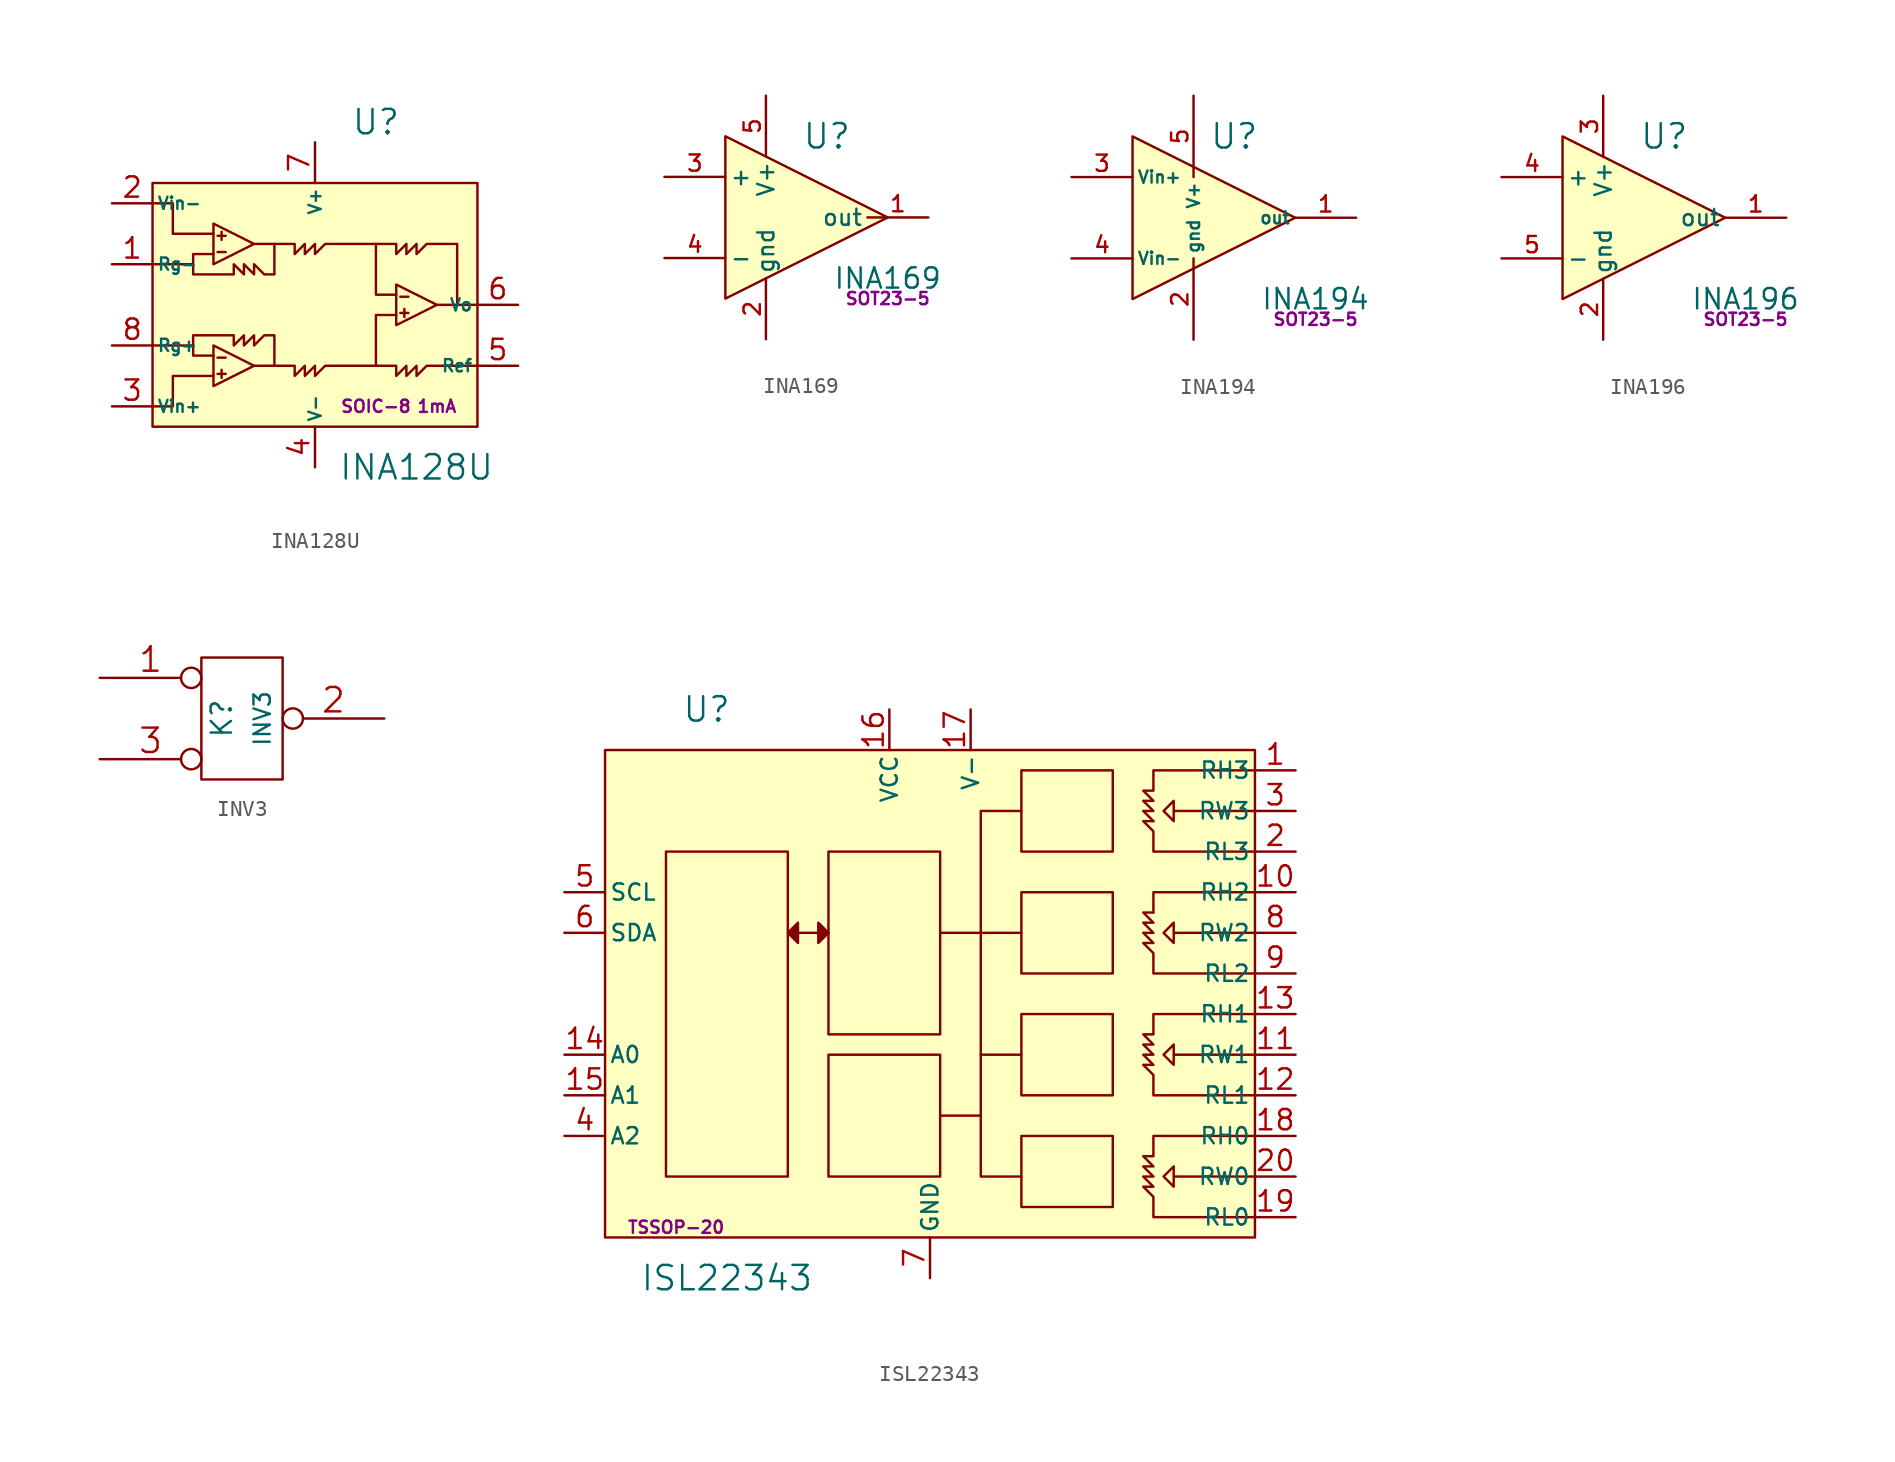
<source format=kicad_sym>
(kicad_symbol_lib
  (version 20220914)
  (generator kicad_symbol_editor)
  (symbol "INA128U"
    (pin_names
      (offset 0.254))
    (property "Reference" "U"
      (at 3.81 11.43 0)
      (effects (font (size 1.524 1.524))))
    (property "Value" "INA128U"
      (at 6.35 -10.16 0)
      (effects (font (size 1.524 1.524))))
    (property "Footprint" "SOIC-8"
      (at 3.81 -6.35 0)
      (effects (font (size 0.762 0.762))))
    (property "Datasheet" ""
      (at 0 0 0)
      (effects (font (size 1.524 1.524))))
    (property "Consumo" "1mA"
      (at 7.62 -6.35 0)
      (effects (font (size 0.762 0.762))))
    (symbol "INA128U_0_1"
      (rectangle (start -10.16 7.62) (end 10.16 -7.62) (stroke (width 0) (type default)) (fill (type background)))
      (polyline (pts (xy -10.16 -2.54) (xy -7.62 -2.54)) (stroke (width 0) (type default)) (fill (type none)))
      (polyline (pts (xy -10.16 2.54) (xy -7.62 2.54)) (stroke (width 0) (type default)) (fill (type none)))
      (polyline (pts (xy -6.096 -4.318) (xy -5.588 -4.318)) (stroke (width 0) (type default)) (fill (type none)))
      (polyline (pts (xy -6.096 -3.302) (xy -5.588 -3.302)) (stroke (width 0) (type default)) (fill (type none)))
      (polyline (pts (xy -6.096 3.302) (xy -5.588 3.302)) (stroke (width 0) (type default)) (fill (type none)))
      (polyline (pts (xy -6.096 4.318) (xy -5.588 4.318)) (stroke (width 0) (type default)) (fill (type none)))
      (polyline (pts (xy -5.842 -4.064) (xy -5.842 -4.572)) (stroke (width 0) (type default)) (fill (type none)))
      (polyline (pts (xy -5.842 4.572) (xy -5.842 4.064)) (stroke (width 0) (type default)) (fill (type none)))
      (polyline (pts (xy 5.334 -0.508) (xy 5.842 -0.508)) (stroke (width 0) (type default)) (fill (type none)))
      (polyline (pts (xy 5.334 0.508) (xy 5.842 0.508)) (stroke (width 0) (type default)) (fill (type none)))
      (polyline (pts (xy 5.588 -0.254) (xy 5.588 -0.762)) (stroke (width 0) (type default)) (fill (type none)))
      (polyline (pts (xy 8.89 0) (xy 10.16 0)) (stroke (width 0) (type default)) (fill (type none)))
      (polyline (pts (xy -6.35 -4.445) (xy -8.89 -4.445) (xy -8.89 -6.35) (xy -10.16 -6.35)) (stroke (width 0) (type default)) (fill (type none)))
      (polyline (pts (xy -6.35 -2.54) (xy -6.35 -5.08) (xy -3.81 -3.81) (xy -6.35 -2.54)) (stroke (width 0) (type default)) (fill (type none)))
      (polyline (pts (xy -6.35 4.445) (xy -8.89 4.445) (xy -8.89 6.35) (xy -10.16 6.35)) (stroke (width 0) (type default)) (fill (type none)))
      (polyline (pts (xy -6.35 5.08) (xy -6.35 2.54) (xy -3.81 3.81) (xy -6.35 5.08)) (stroke (width 0) (type default)) (fill (type none)))
      (polyline (pts (xy 5.08 1.27) (xy 5.08 -1.27) (xy 7.62 0) (xy 5.08 1.27)) (stroke (width 0) (type default)) (fill (type none)))
      (polyline (pts (xy 3.81 -3.81) (xy 5.08 -3.81) (xy 5.08 -4.445) (xy 5.715 -3.81) (xy 5.715 -4.445) (xy 6.35 -3.81) (xy 6.35 -4.445) (xy 6.985 -3.81) (xy 10.16 -3.81)) (stroke (width 0) (type default)) (fill (type none)))
      (polyline (pts (xy -2.54 3.81) (xy -1.27 3.81) (xy -1.27 3.175) (xy -0.635 3.81) (xy -0.635 3.175) (xy 0 3.81) (xy 0 3.175) (xy 0.635 3.81) (xy 3.81 3.81) (xy 3.81 0.635) (xy 5.08 0.635)) (stroke (width 0) (type default)) (fill (type none)))
      (polyline (pts (xy 3.81 3.81) (xy 5.08 3.81) (xy 5.08 3.175) (xy 5.715 3.81) (xy 5.715 3.175) (xy 6.35 3.81) (xy 6.35 3.175) (xy 6.985 3.81) (xy 8.89 3.81) (xy 8.89 0) (xy 7.62 0)) (stroke (width 0) (type default)) (fill (type none)))
      (polyline (pts (xy 5.08 -0.635) (xy 3.81 -0.635) (xy 3.81 -3.81) (xy 0.635 -3.81) (xy 0 -4.445) (xy 0 -3.81) (xy -0.635 -4.445) (xy -0.635 -3.81) (xy -1.27 -4.445) (xy -1.27 -3.81) (xy -2.54 -3.81)) (stroke (width 0) (type default)) (fill (type none)))
      (polyline (pts (xy -6.35 -3.175) (xy -7.62 -3.175) (xy -7.62 -1.905) (xy -5.08 -1.905) (xy -5.08 -2.54) (xy -4.445 -1.905) (xy -4.445 -2.54) (xy -3.81 -1.905) (xy -3.81 -2.54) (xy -3.175 -1.905) (xy -2.54 -1.905) (xy -2.54 -3.81) (xy -3.81 -3.81)) (stroke (width 0) (type default)) (fill (type none)))
      (polyline (pts (xy -6.35 3.175) (xy -7.62 3.175) (xy -7.62 1.905) (xy -5.08 1.905) (xy -5.08 2.54) (xy -4.445 1.905) (xy -4.445 2.54) (xy -3.81 1.905) (xy -3.81 2.54) (xy -3.175 1.905) (xy -2.54 1.905) (xy -2.54 3.81) (xy -3.81 3.81)) (stroke (width 0) (type default)) (fill (type none))))
    (symbol "INA128U_1_1"
      (pin input line (at -12.7 2.54 0) (length 2.54) (name "Rg-" (effects (font (size 0.762 0.762)))) (number "1" (effects (font (size 1.27 1.27)))))
      (pin input line (at -12.7 6.35 0) (length 2.54) (name "Vin-" (effects (font (size 0.762 0.762)))) (number "2" (effects (font (size 1.27 1.27)))))
      (pin input line (at -12.7 -6.35 0) (length 2.54) (name "Vin+" (effects (font (size 0.762 0.762)))) (number "3" (effects (font (size 1.27 1.27)))))
      (pin input line (at 0 -10.16 90) (length 2.54) (name "V-" (effects (font (size 0.762 0.762)))) (number "4" (effects (font (size 1.27 1.27)))))
      (pin input line (at 12.7 -3.81 180) (length 2.54) (name "Ref" (effects (font (size 0.762 0.762)))) (number "5" (effects (font (size 1.27 1.27)))))
      (pin input line (at 12.7 0 180) (length 2.54) (name "Vo" (effects (font (size 0.762 0.762)))) (number "6" (effects (font (size 1.27 1.27)))))
      (pin input line (at 0 10.16 270) (length 2.54) (name "V+" (effects (font (size 0.762 0.762)))) (number "7" (effects (font (size 1.27 1.27)))))
      (pin input line (at -12.7 -2.54 0) (length 2.54) (name "Rg+" (effects (font (size 0.762 0.762)))) (number "8" (effects (font (size 1.27 1.27)))))))
  (symbol "INA169"
    (pin_names
      (offset 0.254))
    (property "Reference" "U"
      (at 3.81 5.08 0)
      (effects (font (size 1.524 1.524))))
    (property "Value" "INA169"
      (at 7.62 -3.81 0)
      (effects (font (size 1.27 1.27))))
    (property "Footprint" "SOT23-5"
      (at 7.62 -5.08 0)
      (effects (font (size 0.762 0.762))))
    (property "Datasheet" ""
      (at 0 0 0)
      (effects (font (size 1.524 1.524))))
    (symbol "INA169_0_1"
      (polyline (pts (xy -2.54 5.08) (xy 7.62 0) (xy -2.54 -5.08) (xy -2.54 5.08)) (stroke (width 0.152) (type default)) (fill (type background)))
      (pin power_in line (at 0 -7.62 90) (length 3.81) (name "gnd" (effects (font (size 1.016 1.016)))) (number "2" (effects (font (size 1.016 1.016)))))
      (pin power_in line (at 0 7.62 270) (length 3.81) (name "V+" (effects (font (size 1.016 1.016)))) (number "5" (effects (font (size 1.016 1.016))))))
    (symbol "INA169_1_1"
      (pin output line (at 10.16 0 180) (length 3.81) (name "out" (effects (font (size 1.016 1.016)))) (number "1" (effects (font (size 1.016 1.016)))))
      (pin input line (at -6.35 2.54 0) (length 3.81) (name "+" (effects (font (size 1.016 1.016)))) (number "3" (effects (font (size 1.016 1.016)))))
      (pin input line (at -6.35 -2.54 0) (length 3.81) (name "-" (effects (font (size 1.016 1.016)))) (number "4" (effects (font (size 1.016 1.016)))))))
  (symbol "INA194"
    (pin_names
      (offset 0.254))
    (property "Reference" "U"
      (at 2.54 5.08 0)
      (effects (font (size 1.524 1.524))))
    (property "Value" "INA194"
      (at 7.62 -5.08 0)
      (effects (font (size 1.27 1.27))))
    (property "Footprint" "SOT23-5"
      (at 7.62 -6.35 0)
      (effects (font (size 0.762 0.762))))
    (property "Datasheet" ""
      (at -1.27 0 0)
      (effects (font (size 1.524 1.524))))
    (symbol "INA194_0_1"
      (polyline (pts (xy -3.81 5.08) (xy 6.35 0) (xy -3.81 -5.08) (xy -3.81 5.08)) (stroke (width 0.152) (type default)) (fill (type background)))
      (pin power_in line (at 0 -7.62 90) (length 5.08) (name "gnd" (effects (font (size 0.762 0.762)))) (number "2" (effects (font (size 1.016 1.016)))))
      (pin power_in line (at 0 7.62 270) (length 5.08) (name "V+" (effects (font (size 0.762 0.762)))) (number "5" (effects (font (size 1.016 1.016))))))
    (symbol "INA194_1_1"
      (pin output line (at 10.16 0 180) (length 3.81) (name "out" (effects (font (size 0.762 0.762)))) (number "1" (effects (font (size 1.016 1.016)))))
      (pin input line (at -7.62 2.54 0) (length 3.81) (name "Vin+" (effects (font (size 0.762 0.762)))) (number "3" (effects (font (size 1.016 1.016)))))
      (pin input line (at -7.62 -2.54 0) (length 3.81) (name "Vin-" (effects (font (size 0.762 0.762)))) (number "4" (effects (font (size 1.016 1.016)))))))
  (symbol "INA196"
    (pin_names
      (offset 0.254))
    (property "Reference" "U"
      (at 3.81 5.08 0)
      (effects (font (size 1.524 1.524))))
    (property "Value" "INA196"
      (at 8.89 -5.08 0)
      (effects (font (size 1.27 1.27))))
    (property "Footprint" "SOT23-5"
      (at 8.89 -6.35 0)
      (effects (font (size 0.762 0.762))))
    (property "Datasheet" ""
      (at 0 0 0)
      (effects (font (size 1.524 1.524))))
    (symbol "INA196_0_1"
      (polyline (pts (xy -2.54 5.08) (xy 7.62 0) (xy -2.54 -5.08) (xy -2.54 5.08)) (stroke (width 0.152) (type default)) (fill (type background)))
      (pin power_in line (at 0 -7.62 90) (length 3.81) (name "gnd" (effects (font (size 1.016 1.016)))) (number "2" (effects (font (size 1.016 1.016)))))
      (pin power_in line (at 0 7.62 270) (length 3.81) (name "V+" (effects (font (size 1.016 1.016)))) (number "3" (effects (font (size 1.016 1.016))))))
    (symbol "INA196_1_1"
      (pin output line (at 11.43 0 180) (length 3.81) (name "out" (effects (font (size 1.016 1.016)))) (number "1" (effects (font (size 1.016 1.016)))))
      (pin input line (at -6.35 2.54 0) (length 3.81) (name "+" (effects (font (size 1.016 1.016)))) (number "4" (effects (font (size 1.016 1.016)))))
      (pin input line (at -6.35 -2.54 0) (length 3.81) (name "-" (effects (font (size 1.016 1.016)))) (number "5" (effects (font (size 1.016 1.016)))))))
  (symbol "INV3"
    (pin_names
      (offset 1.016) hide)
    (property "Reference" "K"
      (at -1.27 0 90)
      (effects (font (size 1.27 1.27))))
    (property "Value" "INV3"
      (at 1.27 0 90)
      (effects (font (size 1.016 1.016))))
    (property "Footprint" ""
      (at 0 0 0)
      (effects (font (size 1.524 1.524))))
    (property "Datasheet" ""
      (at 0 0 0)
      (effects (font (size 1.524 1.524))))
    (symbol "INV3_0_1"
      (rectangle (start -2.54 3.81) (end 2.54 -3.81) (stroke (width 0) (type default)) (fill (type none))))
    (symbol "INV3_1_1"
      (pin passive inverted (at -8.89 2.54 0) (length 6.35) (name "P1" (effects (font (size 1.524 1.524)))) (number "1" (effects (font (size 1.524 1.524)))))
      (pin passive inverted (at 8.89 0 180) (length 6.35) (name "PM" (effects (font (size 1.524 1.524)))) (number "2" (effects (font (size 1.524 1.524)))))
      (pin passive inverted (at -8.89 -2.54 0) (length 6.35) (name "P3" (effects (font (size 1.524 1.524)))) (number "3" (effects (font (size 1.524 1.524)))))))
  (symbol "ISL22343"
    (pin_names
      (offset 0.254))
    (property "Reference" "U"
      (at -13.97 17.78 0)
      (effects (font (size 1.524 1.524))))
    (property "Value" "ISL22343"
      (at -12.7 -17.78 0)
      (effects (font (size 1.524 1.524))))
    (property "Footprint" "TSSOP-20"
      (at -15.875 -14.605 0)
      (effects (font (size 0.762 0.762))))
    (property "Datasheet" ""
      (at 0 0 0)
      (effects (font (size 1.524 1.524))))
    (symbol "ISL22343_0_1"
      (rectangle (start -16.51 8.89) (end -8.89 -11.43) (stroke (width 0) (type default)) (fill (type none)))
      (rectangle (start -6.35 -3.81) (end 0.635 -11.43) (stroke (width 0) (type default)) (fill (type none)))
      (rectangle (start -6.35 8.89) (end 0.635 -2.54) (stroke (width 0) (type default)) (fill (type none)))
      (polyline (pts (xy 3.175 -7.62) (xy 0.635 -7.62)) (stroke (width 0) (type default)) (fill (type none)))
      (polyline (pts (xy 3.175 3.81) (xy 0.635 3.81)) (stroke (width 0) (type default)) (fill (type none)))
      (polyline (pts (xy 3.175 3.81) (xy 3.175 -3.81) (xy 5.715 -3.81)) (stroke (width 0) (type default)) (fill (type none)))
      (polyline (pts (xy 20.32 6.35) (xy 13.97 6.35) (xy 13.97 5.08)) (stroke (width 0) (type default)) (fill (type none)))
      (polyline (pts (xy -6.35 3.81) (xy -6.985 4.445) (xy -6.985 3.175) (xy -6.35 3.81)) (stroke (width 0) (type default)) (fill (type outline)))
      (polyline (pts (xy 3.175 -3.81) (xy 3.175 -10.795) (xy 3.175 -11.43) (xy 5.715 -11.43)) (stroke (width 0) (type default)) (fill (type none)))
      (polyline (pts (xy 5.715 11.43) (xy 3.175 11.43) (xy 3.175 3.81) (xy 5.715 3.81)) (stroke (width 0) (type default)) (fill (type none)))
      (polyline (pts (xy 20.32 8.89) (xy 13.97 8.89) (xy 13.97 10.16) (xy 13.335 10.795) (xy 13.97 10.795)) (stroke (width 0) (type default)) (fill (type none)))
      (polyline (pts (xy -8.89 3.81) (xy -6.35 3.81) (xy -8.89 3.81) (xy -8.255 4.445) (xy -8.255 3.175) (xy -8.89 3.81)) (stroke (width 0) (type default)) (fill (type outline)))
      (polyline (pts (xy 20.32 -11.43) (xy 15.24 -11.43) (xy 15.24 -10.795) (xy 14.605 -11.43) (xy 15.24 -12.065) (xy 15.24 -11.43)) (stroke (width 0) (type default)) (fill (type none)))
      (polyline (pts (xy 20.32 -3.81) (xy 15.24 -3.81) (xy 15.24 -3.175) (xy 14.605 -3.81) (xy 15.24 -4.445) (xy 15.24 -3.81)) (stroke (width 0) (type default)) (fill (type none)))
      (polyline (pts (xy 20.32 3.81) (xy 15.24 3.81) (xy 15.24 4.445) (xy 14.605 3.81) (xy 15.24 3.175) (xy 15.24 3.81)) (stroke (width 0) (type default)) (fill (type none)))
      (polyline (pts (xy 20.32 11.43) (xy 15.24 11.43) (xy 15.24 12.065) (xy 14.605 11.43) (xy 15.24 10.795) (xy 15.24 11.43)) (stroke (width 0) (type default)) (fill (type none)))
      (polyline (pts (xy 20.32 13.97) (xy 13.97 13.97) (xy 13.97 12.7) (xy 13.335 12.7) (xy 13.97 12.065) (xy 13.335 12.065) (xy 13.97 11.43) (xy 13.335 11.43) (xy 13.97 10.795)) (stroke (width 0) (type default)) (fill (type none)))
      (polyline (pts (xy 13.97 5.08) (xy 13.335 5.08) (xy 13.97 4.445) (xy 13.335 4.445) (xy 13.97 3.81) (xy 13.335 3.81) (xy 13.97 3.175) (xy 13.335 3.175) (xy 13.97 2.54) (xy 13.97 1.27) (xy 20.32 1.27)) (stroke (width 0) (type default)) (fill (type none)))
      (polyline (pts (xy 20.32 -8.89) (xy 13.97 -8.89) (xy 13.97 -10.16) (xy 13.335 -10.16) (xy 13.97 -10.795) (xy 13.335 -10.795) (xy 13.97 -11.43) (xy 13.335 -11.43) (xy 13.97 -12.065) (xy 13.335 -12.065) (xy 13.97 -12.7) (xy 13.97 -13.97) (xy 20.32 -13.97)) (stroke (width 0) (type default)) (fill (type none)))
      (polyline (pts (xy 20.32 -1.27) (xy 13.97 -1.27) (xy 13.97 -2.54) (xy 13.335 -2.54) (xy 13.97 -3.175) (xy 13.335 -3.175) (xy 13.97 -3.81) (xy 13.335 -3.81) (xy 13.97 -4.445) (xy 13.335 -4.445) (xy 13.97 -5.08) (xy 13.97 -6.35) (xy 20.32 -6.35)) (stroke (width 0) (type default)) (fill (type none)))
      (rectangle (start 11.43 -8.89) (end 5.715 -13.335) (stroke (width 0) (type default)) (fill (type none)))
      (rectangle (start 11.43 -1.27) (end 5.715 -6.35) (stroke (width 0) (type default)) (fill (type none)))
      (rectangle (start 11.43 6.35) (end 5.715 1.27) (stroke (width 0) (type default)) (fill (type none)))
      (rectangle (start 11.43 13.97) (end 5.715 8.89) (stroke (width 0) (type default)) (fill (type none)))
      (rectangle (start 20.32 15.24) (end -20.32 -15.24) (stroke (width 0) (type default)) (fill (type background))))
    (symbol "ISL22343_1_1"
      (pin input line (at 22.86 13.97 180) (length 2.54) (name "RH3" (effects (font (size 1.016 1.016)))) (number "1" (effects (font (size 1.27 1.27)))))
      (pin input line (at 22.86 6.35 180) (length 2.54) (name "RH2" (effects (font (size 1.016 1.016)))) (number "10" (effects (font (size 1.27 1.27)))))
      (pin input line (at 22.86 -3.81 180) (length 2.54) (name "RW1" (effects (font (size 1.016 1.016)))) (number "11" (effects (font (size 1.27 1.27)))))
      (pin input line (at 22.86 -6.35 180) (length 2.54) (name "RL1" (effects (font (size 1.016 1.016)))) (number "12" (effects (font (size 1.27 1.27)))))
      (pin input line (at 22.86 -1.27 180) (length 2.54) (name "RH1" (effects (font (size 1.016 1.016)))) (number "13" (effects (font (size 1.27 1.27)))))
      (pin input line (at -22.86 -3.81 0) (length 2.54) (name "A0" (effects (font (size 1.016 1.016)))) (number "14" (effects (font (size 1.27 1.27)))))
      (pin input line (at -22.86 -6.35 0) (length 2.54) (name "A1" (effects (font (size 1.016 1.016)))) (number "15" (effects (font (size 1.27 1.27)))))
      (pin input line (at -2.54 17.78 270) (length 2.54) (name "VCC" (effects (font (size 1.016 1.016)))) (number "16" (effects (font (size 1.27 1.27)))))
      (pin input line (at 2.54 17.78 270) (length 2.54) (name "V-" (effects (font (size 1.016 1.016)))) (number "17" (effects (font (size 1.27 1.27)))))
      (pin input line (at 22.86 -8.89 180) (length 2.54) (name "RH0" (effects (font (size 1.016 1.016)))) (number "18" (effects (font (size 1.27 1.27)))))
      (pin input line (at 22.86 -13.97 180) (length 2.54) (name "RL0" (effects (font (size 1.016 1.016)))) (number "19" (effects (font (size 1.27 1.27)))))
      (pin input line (at 22.86 8.89 180) (length 2.54) (name "RL3" (effects (font (size 1.016 1.016)))) (number "2" (effects (font (size 1.27 1.27)))))
      (pin input line (at 22.86 -11.43 180) (length 2.54) (name "RW0" (effects (font (size 1.016 1.016)))) (number "20" (effects (font (size 1.27 1.27)))))
      (pin input line (at 22.86 11.43 180) (length 2.54) (name "RW3" (effects (font (size 1.016 1.016)))) (number "3" (effects (font (size 1.27 1.27)))))
      (pin input line (at -22.86 -8.89 0) (length 2.54) (name "A2" (effects (font (size 1.016 1.016)))) (number "4" (effects (font (size 1.27 1.27)))))
      (pin input line (at -22.86 6.35 0) (length 2.54) (name "SCL" (effects (font (size 1.016 1.016)))) (number "5" (effects (font (size 1.27 1.27)))))
      (pin input line (at -22.86 3.81 0) (length 2.54) (name "SDA" (effects (font (size 1.016 1.016)))) (number "6" (effects (font (size 1.27 1.27)))))
      (pin input line (at 0 -17.78 90) (length 2.54) (name "GND" (effects (font (size 1.016 1.016)))) (number "7" (effects (font (size 1.27 1.27)))))
      (pin input line (at 22.86 3.81 180) (length 2.54) (name "RW2" (effects (font (size 1.016 1.016)))) (number "8" (effects (font (size 1.27 1.27)))))
      (pin input line (at 22.86 1.27 180) (length 2.54) (name "RL2" (effects (font (size 1.016 1.016)))) (number "9" (effects (font (size 1.27 1.27))))))))
</source>
